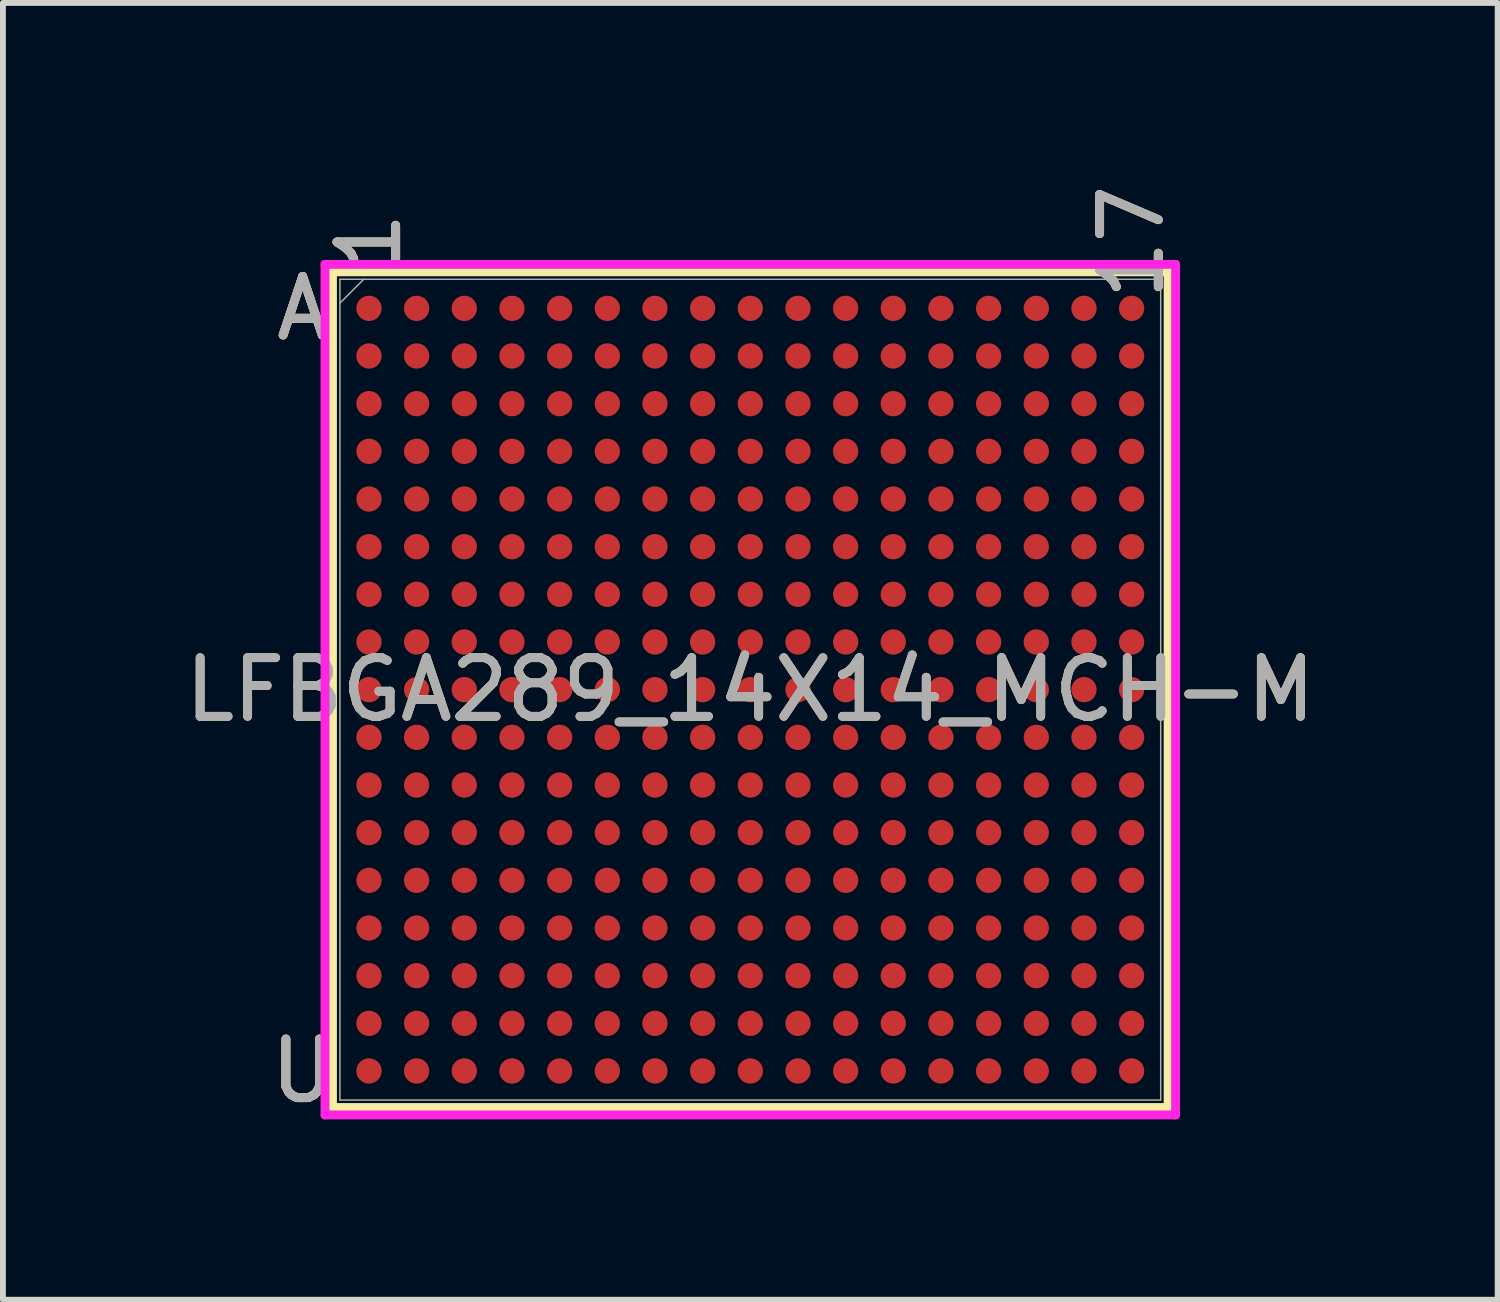
<source format=kicad_pcb>
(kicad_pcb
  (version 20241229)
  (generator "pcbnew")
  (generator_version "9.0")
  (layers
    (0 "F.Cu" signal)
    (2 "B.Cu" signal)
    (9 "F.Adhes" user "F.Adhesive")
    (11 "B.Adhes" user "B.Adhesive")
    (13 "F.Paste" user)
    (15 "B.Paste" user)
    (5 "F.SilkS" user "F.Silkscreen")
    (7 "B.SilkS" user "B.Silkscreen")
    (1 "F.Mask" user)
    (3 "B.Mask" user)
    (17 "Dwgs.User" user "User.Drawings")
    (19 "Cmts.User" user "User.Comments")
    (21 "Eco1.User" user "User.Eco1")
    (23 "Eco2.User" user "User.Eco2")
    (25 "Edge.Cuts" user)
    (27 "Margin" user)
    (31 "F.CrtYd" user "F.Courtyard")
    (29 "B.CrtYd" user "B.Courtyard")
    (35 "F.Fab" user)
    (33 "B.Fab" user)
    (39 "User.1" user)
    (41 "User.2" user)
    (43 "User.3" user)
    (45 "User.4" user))
  (footprint "LFBGA289_14X14_MCH-M"
    (layer "F.Cu")
    (at 9.744 8.71)
    (property "Reference" "LFBGA289_14X14_MCH-M" (at 0 0 0) (unlocked yes) (layer "F.SilkS") (effects (font (size 1 1) (thickness 0.15))))
    (attr smd)
    (fp_line (start -7.125 -7.125) (end -7.125 7.125) (stroke (width 0.152) (type solid)) (layer "F.SilkS"))
    (fp_line (start -7.125 7.125) (end 7.125 7.125) (stroke (width 0.152) (type solid)) (layer "F.SilkS"))
    (fp_line (start 7.125 -7.125) (end -7.125 -7.125) (stroke (width 0.152) (type solid)) (layer "F.SilkS"))
    (fp_line (start 7.125 7.125) (end 7.125 -7.125) (stroke (width 0.152) (type solid)) (layer "F.SilkS"))
    (fp_poly (pts (xy -7.353 -7.353) (xy 7.353 -7.353) (xy 7.353 7.353) (xy -7.353 7.353)) (stroke (width 0.1) (type solid)) (fill no) (layer "Eco2.User"))
    (fp_line (start -7.252 -7.252) (end 7.252 -7.252) (stroke (width 0.152) (type solid)) (layer "F.CrtYd"))
    (fp_line (start -7.252 7.252) (end -7.252 -7.252) (stroke (width 0.152) (type solid)) (layer "F.CrtYd"))
    (fp_line (start 7.252 -7.252) (end 7.252 7.252) (stroke (width 0.152) (type solid)) (layer "F.CrtYd"))
    (fp_line (start 7.252 7.252) (end -7.252 7.252) (stroke (width 0.152) (type solid)) (layer "F.CrtYd"))
    (fp_line (start -6.998 -6.998) (end -6.998 6.998) (stroke (width 0.025) (type solid)) (layer "F.Fab"))
    (fp_line (start -6.998 6.998) (end 6.998 6.998) (stroke (width 0.025) (type solid)) (layer "F.Fab"))
    (fp_line (start -6.591 -6.998) (end -6.998 -6.591) (stroke (width 0.025) (type solid)) (layer "F.Fab"))
    (fp_line (start 6.998 -6.998) (end -6.998 -6.998) (stroke (width 0.025) (type solid)) (layer "F.Fab"))
    (fp_line (start 6.998 6.998) (end 6.998 -6.998) (stroke (width 0.025) (type solid)) (layer "F.Fab"))
    (fp_text user "U" (at -7.633 6.502 0) (unlocked yes) (layer "F.SilkS") (effects (font (size 1 1) (thickness 0.15))))
    (fp_text user "1" (at -6.502 -7.633 90) (unlocked yes) (layer "F.SilkS") (effects (font (size 1 1) (thickness 0.15))))
    (fp_text user "17" (at 6.502 -7.633 90) (unlocked yes) (layer "F.SilkS") (effects (font (size 1 1) (thickness 0.15))))
    (fp_text user "A" (at -7.633 -6.502 0) (unlocked yes) (layer "F.SilkS") (effects (font (size 1 1) (thickness 0.15))))
    (fp_text user "A" (at -7.633 -6.502 0) (unlocked yes) (layer "B.SilkS") (effects (font (size 1 1) (thickness 0.15))))
    (fp_text user "U" (at -7.633 6.502 0) (unlocked yes) (layer "B.SilkS") (effects (font (size 1 1) (thickness 0.15))))
    (fp_text user "17" (at 6.502 -7.633 90) (unlocked yes) (layer "B.SilkS") (effects (font (size 1 1) (thickness 0.15))))
    (fp_text user "1" (at -6.502 -7.633 90) (unlocked yes) (layer "B.SilkS") (effects (font (size 1 1) (thickness 0.15))))
    (fp_text user "A" (at -7.633 -6.502 0) (unlocked yes) (layer "F.Fab") (effects (font (size 1 1) (thickness 0.15))))
    (fp_text user "1" (at -6.502 -7.633 90) (unlocked yes) (layer "F.Fab") (effects (font (size 1 1) (thickness 0.15))))
    (fp_text user "17" (at 6.502 -7.633 90) (unlocked yes) (layer "F.Fab") (effects (font (size 1 1) (thickness 0.15))))
    (fp_text user "U" (at -7.633 6.502 0) (unlocked yes) (layer "F.Fab") (effects (font (size 1 1) (thickness 0.15))))
    (fp_text user "${REFERENCE}" (at 0 0 0) (unlocked yes) (layer "F.Fab") (effects (font (size 1 1) (thickness 0.15))))
    (pad "A1" smd circle (at -6.502 -6.502) (size 0.432 0.432) (layers "F.Cu" "F.Mask" "F.Paste"))
    (pad "A2" smd circle (at -5.69 -6.502) (size 0.432 0.432) (layers "F.Cu" "F.Mask" "F.Paste"))
    (pad "A3" smd circle (at -4.877 -6.502) (size 0.432 0.432) (layers "F.Cu" "F.Mask" "F.Paste"))
    (pad "A4" smd circle (at -4.064 -6.502) (size 0.432 0.432) (layers "F.Cu" "F.Mask" "F.Paste"))
    (pad "A5" smd circle (at -3.251 -6.502) (size 0.432 0.432) (layers "F.Cu" "F.Mask" "F.Paste"))
    (pad "A6" smd circle (at -2.438 -6.502) (size 0.432 0.432) (layers "F.Cu" "F.Mask" "F.Paste"))
    (pad "A7" smd circle (at -1.626 -6.502) (size 0.432 0.432) (layers "F.Cu" "F.Mask" "F.Paste"))
    (pad "A8" smd circle (at -0.813 -6.502) (size 0.432 0.432) (layers "F.Cu" "F.Mask" "F.Paste"))
    (pad "A9" smd circle (at 0 -6.502) (size 0.432 0.432) (layers "F.Cu" "F.Mask" "F.Paste"))
    (pad "A10" smd circle (at 0.813 -6.502) (size 0.432 0.432) (layers "F.Cu" "F.Mask" "F.Paste"))
    (pad "A11" smd circle (at 1.626 -6.502) (size 0.432 0.432) (layers "F.Cu" "F.Mask" "F.Paste"))
    (pad "A12" smd circle (at 2.438 -6.502) (size 0.432 0.432) (layers "F.Cu" "F.Mask" "F.Paste"))
    (pad "A13" smd circle (at 3.251 -6.502) (size 0.432 0.432) (layers "F.Cu" "F.Mask" "F.Paste"))
    (pad "A14" smd circle (at 4.064 -6.502) (size 0.432 0.432) (layers "F.Cu" "F.Mask" "F.Paste"))
    (pad "A15" smd circle (at 4.877 -6.502) (size 0.432 0.432) (layers "F.Cu" "F.Mask" "F.Paste"))
    (pad "A16" smd circle (at 5.69 -6.502) (size 0.432 0.432) (layers "F.Cu" "F.Mask" "F.Paste"))
    (pad "A17" smd circle (at 6.502 -6.502) (size 0.432 0.432) (layers "F.Cu" "F.Mask" "F.Paste"))
    (pad "B1" smd circle (at -6.502 -5.69) (size 0.432 0.432) (layers "F.Cu" "F.Mask" "F.Paste"))
    (pad "B2" smd circle (at -5.69 -5.69) (size 0.432 0.432) (layers "F.Cu" "F.Mask" "F.Paste"))
    (pad "B3" smd circle (at -4.877 -5.69) (size 0.432 0.432) (layers "F.Cu" "F.Mask" "F.Paste"))
    (pad "B4" smd circle (at -4.064 -5.69) (size 0.432 0.432) (layers "F.Cu" "F.Mask" "F.Paste"))
    (pad "B5" smd circle (at -3.251 -5.69) (size 0.432 0.432) (layers "F.Cu" "F.Mask" "F.Paste"))
    (pad "B6" smd circle (at -2.438 -5.69) (size 0.432 0.432) (layers "F.Cu" "F.Mask" "F.Paste"))
    (pad "B7" smd circle (at -1.626 -5.69) (size 0.432 0.432) (layers "F.Cu" "F.Mask" "F.Paste"))
    (pad "B8" smd circle (at -0.813 -5.69) (size 0.432 0.432) (layers "F.Cu" "F.Mask" "F.Paste"))
    (pad "B9" smd circle (at 0 -5.69) (size 0.432 0.432) (layers "F.Cu" "F.Mask" "F.Paste"))
    (pad "B10" smd circle (at 0.813 -5.69) (size 0.432 0.432) (layers "F.Cu" "F.Mask" "F.Paste"))
    (pad "B11" smd circle (at 1.626 -5.69) (size 0.432 0.432) (layers "F.Cu" "F.Mask" "F.Paste"))
    (pad "B12" smd circle (at 2.438 -5.69) (size 0.432 0.432) (layers "F.Cu" "F.Mask" "F.Paste"))
    (pad "B13" smd circle (at 3.251 -5.69) (size 0.432 0.432) (layers "F.Cu" "F.Mask" "F.Paste"))
    (pad "B14" smd circle (at 4.064 -5.69) (size 0.432 0.432) (layers "F.Cu" "F.Mask" "F.Paste"))
    (pad "B15" smd circle (at 4.877 -5.69) (size 0.432 0.432) (layers "F.Cu" "F.Mask" "F.Paste"))
    (pad "B16" smd circle (at 5.69 -5.69) (size 0.432 0.432) (layers "F.Cu" "F.Mask" "F.Paste"))
    (pad "B17" smd circle (at 6.502 -5.69) (size 0.432 0.432) (layers "F.Cu" "F.Mask" "F.Paste"))
    (pad "C1" smd circle (at -6.502 -4.877) (size 0.432 0.432) (layers "F.Cu" "F.Mask" "F.Paste"))
    (pad "C2" smd circle (at -5.69 -4.877) (size 0.432 0.432) (layers "F.Cu" "F.Mask" "F.Paste"))
    (pad "C3" smd circle (at -4.877 -4.877) (size 0.432 0.432) (layers "F.Cu" "F.Mask" "F.Paste"))
    (pad "C4" smd circle (at -4.064 -4.877) (size 0.432 0.432) (layers "F.Cu" "F.Mask" "F.Paste"))
    (pad "C5" smd circle (at -3.251 -4.877) (size 0.432 0.432) (layers "F.Cu" "F.Mask" "F.Paste"))
    (pad "C6" smd circle (at -2.438 -4.877) (size 0.432 0.432) (layers "F.Cu" "F.Mask" "F.Paste"))
    (pad "C7" smd circle (at -1.626 -4.877) (size 0.432 0.432) (layers "F.Cu" "F.Mask" "F.Paste"))
    (pad "C8" smd circle (at -0.813 -4.877) (size 0.432 0.432) (layers "F.Cu" "F.Mask" "F.Paste"))
    (pad "C9" smd circle (at 0 -4.877) (size 0.432 0.432) (layers "F.Cu" "F.Mask" "F.Paste"))
    (pad "C10" smd circle (at 0.813 -4.877) (size 0.432 0.432) (layers "F.Cu" "F.Mask" "F.Paste"))
    (pad "C11" smd circle (at 1.626 -4.877) (size 0.432 0.432) (layers "F.Cu" "F.Mask" "F.Paste"))
    (pad "C12" smd circle (at 2.438 -4.877) (size 0.432 0.432) (layers "F.Cu" "F.Mask" "F.Paste"))
    (pad "C13" smd circle (at 3.251 -4.877) (size 0.432 0.432) (layers "F.Cu" "F.Mask" "F.Paste"))
    (pad "C14" smd circle (at 4.064 -4.877) (size 0.432 0.432) (layers "F.Cu" "F.Mask" "F.Paste"))
    (pad "C15" smd circle (at 4.877 -4.877) (size 0.432 0.432) (layers "F.Cu" "F.Mask" "F.Paste"))
    (pad "C16" smd circle (at 5.69 -4.877) (size 0.432 0.432) (layers "F.Cu" "F.Mask" "F.Paste"))
    (pad "C17" smd circle (at 6.502 -4.877) (size 0.432 0.432) (layers "F.Cu" "F.Mask" "F.Paste"))
    (pad "D1" smd circle (at -6.502 -4.064) (size 0.432 0.432) (layers "F.Cu" "F.Mask" "F.Paste"))
    (pad "D2" smd circle (at -5.69 -4.064) (size 0.432 0.432) (layers "F.Cu" "F.Mask" "F.Paste"))
    (pad "D3" smd circle (at -4.877 -4.064) (size 0.432 0.432) (layers "F.Cu" "F.Mask" "F.Paste"))
    (pad "D4" smd circle (at -4.064 -4.064) (size 0.432 0.432) (layers "F.Cu" "F.Mask" "F.Paste"))
    (pad "D5" smd circle (at -3.251 -4.064) (size 0.432 0.432) (layers "F.Cu" "F.Mask" "F.Paste"))
    (pad "D6" smd circle (at -2.438 -4.064) (size 0.432 0.432) (layers "F.Cu" "F.Mask" "F.Paste"))
    (pad "D7" smd circle (at -1.626 -4.064) (size 0.432 0.432) (layers "F.Cu" "F.Mask" "F.Paste"))
    (pad "D8" smd circle (at -0.813 -4.064) (size 0.432 0.432) (layers "F.Cu" "F.Mask" "F.Paste"))
    (pad "D9" smd circle (at 0 -4.064) (size 0.432 0.432) (layers "F.Cu" "F.Mask" "F.Paste"))
    (pad "D10" smd circle (at 0.813 -4.064) (size 0.432 0.432) (layers "F.Cu" "F.Mask" "F.Paste"))
    (pad "D11" smd circle (at 1.626 -4.064) (size 0.432 0.432) (layers "F.Cu" "F.Mask" "F.Paste"))
    (pad "D12" smd circle (at 2.438 -4.064) (size 0.432 0.432) (layers "F.Cu" "F.Mask" "F.Paste"))
    (pad "D13" smd circle (at 3.251 -4.064) (size 0.432 0.432) (layers "F.Cu" "F.Mask" "F.Paste"))
    (pad "D14" smd circle (at 4.064 -4.064) (size 0.432 0.432) (layers "F.Cu" "F.Mask" "F.Paste"))
    (pad "D15" smd circle (at 4.877 -4.064) (size 0.432 0.432) (layers "F.Cu" "F.Mask" "F.Paste"))
    (pad "D16" smd circle (at 5.69 -4.064) (size 0.432 0.432) (layers "F.Cu" "F.Mask" "F.Paste"))
    (pad "D17" smd circle (at 6.502 -4.064) (size 0.432 0.432) (layers "F.Cu" "F.Mask" "F.Paste"))
    (pad "E1" smd circle (at -6.502 -3.251) (size 0.432 0.432) (layers "F.Cu" "F.Mask" "F.Paste"))
    (pad "E2" smd circle (at -5.69 -3.251) (size 0.432 0.432) (layers "F.Cu" "F.Mask" "F.Paste"))
    (pad "E3" smd circle (at -4.877 -3.251) (size 0.432 0.432) (layers "F.Cu" "F.Mask" "F.Paste"))
    (pad "E4" smd circle (at -4.064 -3.251) (size 0.432 0.432) (layers "F.Cu" "F.Mask" "F.Paste"))
    (pad "E5" smd circle (at -3.251 -3.251) (size 0.432 0.432) (layers "F.Cu" "F.Mask" "F.Paste"))
    (pad "E6" smd circle (at -2.438 -3.251) (size 0.432 0.432) (layers "F.Cu" "F.Mask" "F.Paste"))
    (pad "E7" smd circle (at -1.626 -3.251) (size 0.432 0.432) (layers "F.Cu" "F.Mask" "F.Paste"))
    (pad "E8" smd circle (at -0.813 -3.251) (size 0.432 0.432) (layers "F.Cu" "F.Mask" "F.Paste"))
    (pad "E9" smd circle (at 0 -3.251) (size 0.432 0.432) (layers "F.Cu" "F.Mask" "F.Paste"))
    (pad "E10" smd circle (at 0.813 -3.251) (size 0.432 0.432) (layers "F.Cu" "F.Mask" "F.Paste"))
    (pad "E11" smd circle (at 1.626 -3.251) (size 0.432 0.432) (layers "F.Cu" "F.Mask" "F.Paste"))
    (pad "E12" smd circle (at 2.438 -3.251) (size 0.432 0.432) (layers "F.Cu" "F.Mask" "F.Paste"))
    (pad "E13" smd circle (at 3.251 -3.251) (size 0.432 0.432) (layers "F.Cu" "F.Mask" "F.Paste"))
    (pad "E14" smd circle (at 4.064 -3.251) (size 0.432 0.432) (layers "F.Cu" "F.Mask" "F.Paste"))
    (pad "E15" smd circle (at 4.877 -3.251) (size 0.432 0.432) (layers "F.Cu" "F.Mask" "F.Paste"))
    (pad "E16" smd circle (at 5.69 -3.251) (size 0.432 0.432) (layers "F.Cu" "F.Mask" "F.Paste"))
    (pad "E17" smd circle (at 6.502 -3.251) (size 0.432 0.432) (layers "F.Cu" "F.Mask" "F.Paste"))
    (pad "F1" smd circle (at -6.502 -2.438) (size 0.432 0.432) (layers "F.Cu" "F.Mask" "F.Paste"))
    (pad "F2" smd circle (at -5.69 -2.438) (size 0.432 0.432) (layers "F.Cu" "F.Mask" "F.Paste"))
    (pad "F3" smd circle (at -4.877 -2.438) (size 0.432 0.432) (layers "F.Cu" "F.Mask" "F.Paste"))
    (pad "F4" smd circle (at -4.064 -2.438) (size 0.432 0.432) (layers "F.Cu" "F.Mask" "F.Paste"))
    (pad "F5" smd circle (at -3.251 -2.438) (size 0.432 0.432) (layers "F.Cu" "F.Mask" "F.Paste"))
    (pad "F6" smd circle (at -2.438 -2.438) (size 0.432 0.432) (layers "F.Cu" "F.Mask" "F.Paste"))
    (pad "F7" smd circle (at -1.626 -2.438) (size 0.432 0.432) (layers "F.Cu" "F.Mask" "F.Paste"))
    (pad "F8" smd circle (at -0.813 -2.438) (size 0.432 0.432) (layers "F.Cu" "F.Mask" "F.Paste"))
    (pad "F9" smd circle (at 0 -2.438) (size 0.432 0.432) (layers "F.Cu" "F.Mask" "F.Paste"))
    (pad "F10" smd circle (at 0.813 -2.438) (size 0.432 0.432) (layers "F.Cu" "F.Mask" "F.Paste"))
    (pad "F11" smd circle (at 1.626 -2.438) (size 0.432 0.432) (layers "F.Cu" "F.Mask" "F.Paste"))
    (pad "F12" smd circle (at 2.438 -2.438) (size 0.432 0.432) (layers "F.Cu" "F.Mask" "F.Paste"))
    (pad "F13" smd circle (at 3.251 -2.438) (size 0.432 0.432) (layers "F.Cu" "F.Mask" "F.Paste"))
    (pad "F14" smd circle (at 4.064 -2.438) (size 0.432 0.432) (layers "F.Cu" "F.Mask" "F.Paste"))
    (pad "F15" smd circle (at 4.877 -2.438) (size 0.432 0.432) (layers "F.Cu" "F.Mask" "F.Paste"))
    (pad "F16" smd circle (at 5.69 -2.438) (size 0.432 0.432) (layers "F.Cu" "F.Mask" "F.Paste"))
    (pad "F17" smd circle (at 6.502 -2.438) (size 0.432 0.432) (layers "F.Cu" "F.Mask" "F.Paste"))
    (pad "G1" smd circle (at -6.502 -1.626) (size 0.432 0.432) (layers "F.Cu" "F.Mask" "F.Paste"))
    (pad "G2" smd circle (at -5.69 -1.626) (size 0.432 0.432) (layers "F.Cu" "F.Mask" "F.Paste"))
    (pad "G3" smd circle (at -4.877 -1.626) (size 0.432 0.432) (layers "F.Cu" "F.Mask" "F.Paste"))
    (pad "G4" smd circle (at -4.064 -1.626) (size 0.432 0.432) (layers "F.Cu" "F.Mask" "F.Paste"))
    (pad "G5" smd circle (at -3.251 -1.626) (size 0.432 0.432) (layers "F.Cu" "F.Mask" "F.Paste"))
    (pad "G6" smd circle (at -2.438 -1.626) (size 0.432 0.432) (layers "F.Cu" "F.Mask" "F.Paste"))
    (pad "G7" smd circle (at -1.626 -1.626) (size 0.432 0.432) (layers "F.Cu" "F.Mask" "F.Paste"))
    (pad "G8" smd circle (at -0.813 -1.626) (size 0.432 0.432) (layers "F.Cu" "F.Mask" "F.Paste"))
    (pad "G9" smd circle (at 0 -1.626) (size 0.432 0.432) (layers "F.Cu" "F.Mask" "F.Paste"))
    (pad "G10" smd circle (at 0.813 -1.626) (size 0.432 0.432) (layers "F.Cu" "F.Mask" "F.Paste"))
    (pad "G11" smd circle (at 1.626 -1.626) (size 0.432 0.432) (layers "F.Cu" "F.Mask" "F.Paste"))
    (pad "G12" smd circle (at 2.438 -1.626) (size 0.432 0.432) (layers "F.Cu" "F.Mask" "F.Paste"))
    (pad "G13" smd circle (at 3.251 -1.626) (size 0.432 0.432) (layers "F.Cu" "F.Mask" "F.Paste"))
    (pad "G14" smd circle (at 4.064 -1.626) (size 0.432 0.432) (layers "F.Cu" "F.Mask" "F.Paste"))
    (pad "G15" smd circle (at 4.877 -1.626) (size 0.432 0.432) (layers "F.Cu" "F.Mask" "F.Paste"))
    (pad "G16" smd circle (at 5.69 -1.626) (size 0.432 0.432) (layers "F.Cu" "F.Mask" "F.Paste"))
    (pad "G17" smd circle (at 6.502 -1.626) (size 0.432 0.432) (layers "F.Cu" "F.Mask" "F.Paste"))
    (pad "H1" smd circle (at -6.502 -0.813) (size 0.432 0.432) (layers "F.Cu" "F.Mask" "F.Paste"))
    (pad "H2" smd circle (at -5.69 -0.813) (size 0.432 0.432) (layers "F.Cu" "F.Mask" "F.Paste"))
    (pad "H3" smd circle (at -4.877 -0.813) (size 0.432 0.432) (layers "F.Cu" "F.Mask" "F.Paste"))
    (pad "H4" smd circle (at -4.064 -0.813) (size 0.432 0.432) (layers "F.Cu" "F.Mask" "F.Paste"))
    (pad "H5" smd circle (at -3.251 -0.813) (size 0.432 0.432) (layers "F.Cu" "F.Mask" "F.Paste"))
    (pad "H6" smd circle (at -2.438 -0.813) (size 0.432 0.432) (layers "F.Cu" "F.Mask" "F.Paste"))
    (pad "H7" smd circle (at -1.626 -0.813) (size 0.432 0.432) (layers "F.Cu" "F.Mask" "F.Paste"))
    (pad "H8" smd circle (at -0.813 -0.813) (size 0.432 0.432) (layers "F.Cu" "F.Mask" "F.Paste"))
    (pad "H9" smd circle (at 0 -0.813) (size 0.432 0.432) (layers "F.Cu" "F.Mask" "F.Paste"))
    (pad "H10" smd circle (at 0.813 -0.813) (size 0.432 0.432) (layers "F.Cu" "F.Mask" "F.Paste"))
    (pad "H11" smd circle (at 1.626 -0.813) (size 0.432 0.432) (layers "F.Cu" "F.Mask" "F.Paste"))
    (pad "H12" smd circle (at 2.438 -0.813) (size 0.432 0.432) (layers "F.Cu" "F.Mask" "F.Paste"))
    (pad "H13" smd circle (at 3.251 -0.813) (size 0.432 0.432) (layers "F.Cu" "F.Mask" "F.Paste"))
    (pad "H14" smd circle (at 4.064 -0.813) (size 0.432 0.432) (layers "F.Cu" "F.Mask" "F.Paste"))
    (pad "H15" smd circle (at 4.877 -0.813) (size 0.432 0.432) (layers "F.Cu" "F.Mask" "F.Paste"))
    (pad "H16" smd circle (at 5.69 -0.813) (size 0.432 0.432) (layers "F.Cu" "F.Mask" "F.Paste"))
    (pad "H17" smd circle (at 6.502 -0.813) (size 0.432 0.432) (layers "F.Cu" "F.Mask" "F.Paste"))
    (pad "J1" smd circle (at -6.502 0) (size 0.432 0.432) (layers "F.Cu" "F.Mask" "F.Paste"))
    (pad "J2" smd circle (at -5.69 0) (size 0.432 0.432) (layers "F.Cu" "F.Mask" "F.Paste"))
    (pad "J3" smd circle (at -4.877 0) (size 0.432 0.432) (layers "F.Cu" "F.Mask" "F.Paste"))
    (pad "J4" smd circle (at -4.064 0) (size 0.432 0.432) (layers "F.Cu" "F.Mask" "F.Paste"))
    (pad "J5" smd circle (at -3.251 0) (size 0.432 0.432) (layers "F.Cu" "F.Mask" "F.Paste"))
    (pad "J6" smd circle (at -2.438 0) (size 0.432 0.432) (layers "F.Cu" "F.Mask" "F.Paste"))
    (pad "J7" smd circle (at -1.626 0) (size 0.432 0.432) (layers "F.Cu" "F.Mask" "F.Paste"))
    (pad "J8" smd circle (at -0.813 0) (size 0.432 0.432) (layers "F.Cu" "F.Mask" "F.Paste"))
    (pad "J9" smd circle (at 0 0) (size 0.432 0.432) (layers "F.Cu" "F.Mask" "F.Paste"))
    (pad "J10" smd circle (at 0.813 0) (size 0.432 0.432) (layers "F.Cu" "F.Mask" "F.Paste"))
    (pad "J11" smd circle (at 1.626 0) (size 0.432 0.432) (layers "F.Cu" "F.Mask" "F.Paste"))
    (pad "J12" smd circle (at 2.438 0) (size 0.432 0.432) (layers "F.Cu" "F.Mask" "F.Paste"))
    (pad "J13" smd circle (at 3.251 0) (size 0.432 0.432) (layers "F.Cu" "F.Mask" "F.Paste"))
    (pad "J14" smd circle (at 4.064 0) (size 0.432 0.432) (layers "F.Cu" "F.Mask" "F.Paste"))
    (pad "J15" smd circle (at 4.877 0) (size 0.432 0.432) (layers "F.Cu" "F.Mask" "F.Paste"))
    (pad "J16" smd circle (at 5.69 0) (size 0.432 0.432) (layers "F.Cu" "F.Mask" "F.Paste"))
    (pad "J17" smd circle (at 6.502 0) (size 0.432 0.432) (layers "F.Cu" "F.Mask" "F.Paste"))
    (pad "K1" smd circle (at -6.502 0.813) (size 0.432 0.432) (layers "F.Cu" "F.Mask" "F.Paste"))
    (pad "K2" smd circle (at -5.69 0.813) (size 0.432 0.432) (layers "F.Cu" "F.Mask" "F.Paste"))
    (pad "K3" smd circle (at -4.877 0.813) (size 0.432 0.432) (layers "F.Cu" "F.Mask" "F.Paste"))
    (pad "K4" smd circle (at -4.064 0.813) (size 0.432 0.432) (layers "F.Cu" "F.Mask" "F.Paste"))
    (pad "K5" smd circle (at -3.251 0.813) (size 0.432 0.432) (layers "F.Cu" "F.Mask" "F.Paste"))
    (pad "K6" smd circle (at -2.438 0.813) (size 0.432 0.432) (layers "F.Cu" "F.Mask" "F.Paste"))
    (pad "K7" smd circle (at -1.626 0.813) (size 0.432 0.432) (layers "F.Cu" "F.Mask" "F.Paste"))
    (pad "K8" smd circle (at -0.813 0.813) (size 0.432 0.432) (layers "F.Cu" "F.Mask" "F.Paste"))
    (pad "K9" smd circle (at 0 0.813) (size 0.432 0.432) (layers "F.Cu" "F.Mask" "F.Paste"))
    (pad "K10" smd circle (at 0.813 0.813) (size 0.432 0.432) (layers "F.Cu" "F.Mask" "F.Paste"))
    (pad "K11" smd circle (at 1.626 0.813) (size 0.432 0.432) (layers "F.Cu" "F.Mask" "F.Paste"))
    (pad "K12" smd circle (at 2.438 0.813) (size 0.432 0.432) (layers "F.Cu" "F.Mask" "F.Paste"))
    (pad "K13" smd circle (at 3.251 0.813) (size 0.432 0.432) (layers "F.Cu" "F.Mask" "F.Paste"))
    (pad "K14" smd circle (at 4.064 0.813) (size 0.432 0.432) (layers "F.Cu" "F.Mask" "F.Paste"))
    (pad "K15" smd circle (at 4.877 0.813) (size 0.432 0.432) (layers "F.Cu" "F.Mask" "F.Paste"))
    (pad "K16" smd circle (at 5.69 0.813) (size 0.432 0.432) (layers "F.Cu" "F.Mask" "F.Paste"))
    (pad "K17" smd circle (at 6.502 0.813) (size 0.432 0.432) (layers "F.Cu" "F.Mask" "F.Paste"))
    (pad "L1" smd circle (at -6.502 1.626) (size 0.432 0.432) (layers "F.Cu" "F.Mask" "F.Paste"))
    (pad "L2" smd circle (at -5.69 1.626) (size 0.432 0.432) (layers "F.Cu" "F.Mask" "F.Paste"))
    (pad "L3" smd circle (at -4.877 1.626) (size 0.432 0.432) (layers "F.Cu" "F.Mask" "F.Paste"))
    (pad "L4" smd circle (at -4.064 1.626) (size 0.432 0.432) (layers "F.Cu" "F.Mask" "F.Paste"))
    (pad "L5" smd circle (at -3.251 1.626) (size 0.432 0.432) (layers "F.Cu" "F.Mask" "F.Paste"))
    (pad "L6" smd circle (at -2.438 1.626) (size 0.432 0.432) (layers "F.Cu" "F.Mask" "F.Paste"))
    (pad "L7" smd circle (at -1.626 1.626) (size 0.432 0.432) (layers "F.Cu" "F.Mask" "F.Paste"))
    (pad "L8" smd circle (at -0.813 1.626) (size 0.432 0.432) (layers "F.Cu" "F.Mask" "F.Paste"))
    (pad "L9" smd circle (at 0 1.626) (size 0.432 0.432) (layers "F.Cu" "F.Mask" "F.Paste"))
    (pad "L10" smd circle (at 0.813 1.626) (size 0.432 0.432) (layers "F.Cu" "F.Mask" "F.Paste"))
    (pad "L11" smd circle (at 1.626 1.626) (size 0.432 0.432) (layers "F.Cu" "F.Mask" "F.Paste"))
    (pad "L12" smd circle (at 2.438 1.626) (size 0.432 0.432) (layers "F.Cu" "F.Mask" "F.Paste"))
    (pad "L13" smd circle (at 3.251 1.626) (size 0.432 0.432) (layers "F.Cu" "F.Mask" "F.Paste"))
    (pad "L14" smd circle (at 4.064 1.626) (size 0.432 0.432) (layers "F.Cu" "F.Mask" "F.Paste"))
    (pad "L15" smd circle (at 4.877 1.626) (size 0.432 0.432) (layers "F.Cu" "F.Mask" "F.Paste"))
    (pad "L16" smd circle (at 5.69 1.626) (size 0.432 0.432) (layers "F.Cu" "F.Mask" "F.Paste"))
    (pad "L17" smd circle (at 6.502 1.626) (size 0.432 0.432) (layers "F.Cu" "F.Mask" "F.Paste"))
    (pad "M1" smd circle (at -6.502 2.438) (size 0.432 0.432) (layers "F.Cu" "F.Mask" "F.Paste"))
    (pad "M2" smd circle (at -5.69 2.438) (size 0.432 0.432) (layers "F.Cu" "F.Mask" "F.Paste"))
    (pad "M3" smd circle (at -4.877 2.438) (size 0.432 0.432) (layers "F.Cu" "F.Mask" "F.Paste"))
    (pad "M4" smd circle (at -4.064 2.438) (size 0.432 0.432) (layers "F.Cu" "F.Mask" "F.Paste"))
    (pad "M5" smd circle (at -3.251 2.438) (size 0.432 0.432) (layers "F.Cu" "F.Mask" "F.Paste"))
    (pad "M6" smd circle (at -2.438 2.438) (size 0.432 0.432) (layers "F.Cu" "F.Mask" "F.Paste"))
    (pad "M7" smd circle (at -1.626 2.438) (size 0.432 0.432) (layers "F.Cu" "F.Mask" "F.Paste"))
    (pad "M8" smd circle (at -0.813 2.438) (size 0.432 0.432) (layers "F.Cu" "F.Mask" "F.Paste"))
    (pad "M9" smd circle (at 0 2.438) (size 0.432 0.432) (layers "F.Cu" "F.Mask" "F.Paste"))
    (pad "M10" smd circle (at 0.813 2.438) (size 0.432 0.432) (layers "F.Cu" "F.Mask" "F.Paste"))
    (pad "M11" smd circle (at 1.626 2.438) (size 0.432 0.432) (layers "F.Cu" "F.Mask" "F.Paste"))
    (pad "M12" smd circle (at 2.438 2.438) (size 0.432 0.432) (layers "F.Cu" "F.Mask" "F.Paste"))
    (pad "M13" smd circle (at 3.251 2.438) (size 0.432 0.432) (layers "F.Cu" "F.Mask" "F.Paste"))
    (pad "M14" smd circle (at 4.064 2.438) (size 0.432 0.432) (layers "F.Cu" "F.Mask" "F.Paste"))
    (pad "M15" smd circle (at 4.877 2.438) (size 0.432 0.432) (layers "F.Cu" "F.Mask" "F.Paste"))
    (pad "M16" smd circle (at 5.69 2.438) (size 0.432 0.432) (layers "F.Cu" "F.Mask" "F.Paste"))
    (pad "M17" smd circle (at 6.502 2.438) (size 0.432 0.432) (layers "F.Cu" "F.Mask" "F.Paste"))
    (pad "N1" smd circle (at -6.502 3.251) (size 0.432 0.432) (layers "F.Cu" "F.Mask" "F.Paste"))
    (pad "N2" smd circle (at -5.69 3.251) (size 0.432 0.432) (layers "F.Cu" "F.Mask" "F.Paste"))
    (pad "N3" smd circle (at -4.877 3.251) (size 0.432 0.432) (layers "F.Cu" "F.Mask" "F.Paste"))
    (pad "N4" smd circle (at -4.064 3.251) (size 0.432 0.432) (layers "F.Cu" "F.Mask" "F.Paste"))
    (pad "N5" smd circle (at -3.251 3.251) (size 0.432 0.432) (layers "F.Cu" "F.Mask" "F.Paste"))
    (pad "N6" smd circle (at -2.438 3.251) (size 0.432 0.432) (layers "F.Cu" "F.Mask" "F.Paste"))
    (pad "N7" smd circle (at -1.626 3.251) (size 0.432 0.432) (layers "F.Cu" "F.Mask" "F.Paste"))
    (pad "N8" smd circle (at -0.813 3.251) (size 0.432 0.432) (layers "F.Cu" "F.Mask" "F.Paste"))
    (pad "N9" smd circle (at 0 3.251) (size 0.432 0.432) (layers "F.Cu" "F.Mask" "F.Paste"))
    (pad "N10" smd circle (at 0.813 3.251) (size 0.432 0.432) (layers "F.Cu" "F.Mask" "F.Paste"))
    (pad "N11" smd circle (at 1.626 3.251) (size 0.432 0.432) (layers "F.Cu" "F.Mask" "F.Paste"))
    (pad "N12" smd circle (at 2.438 3.251) (size 0.432 0.432) (layers "F.Cu" "F.Mask" "F.Paste"))
    (pad "N13" smd circle (at 3.251 3.251) (size 0.432 0.432) (layers "F.Cu" "F.Mask" "F.Paste"))
    (pad "N14" smd circle (at 4.064 3.251) (size 0.432 0.432) (layers "F.Cu" "F.Mask" "F.Paste"))
    (pad "N15" smd circle (at 4.877 3.251) (size 0.432 0.432) (layers "F.Cu" "F.Mask" "F.Paste"))
    (pad "N16" smd circle (at 5.69 3.251) (size 0.432 0.432) (layers "F.Cu" "F.Mask" "F.Paste"))
    (pad "N17" smd circle (at 6.502 3.251) (size 0.432 0.432) (layers "F.Cu" "F.Mask" "F.Paste"))
    (pad "P1" smd circle (at -6.502 4.064) (size 0.432 0.432) (layers "F.Cu" "F.Mask" "F.Paste"))
    (pad "P2" smd circle (at -5.69 4.064) (size 0.432 0.432) (layers "F.Cu" "F.Mask" "F.Paste"))
    (pad "P3" smd circle (at -4.877 4.064) (size 0.432 0.432) (layers "F.Cu" "F.Mask" "F.Paste"))
    (pad "P4" smd circle (at -4.064 4.064) (size 0.432 0.432) (layers "F.Cu" "F.Mask" "F.Paste"))
    (pad "P5" smd circle (at -3.251 4.064) (size 0.432 0.432) (layers "F.Cu" "F.Mask" "F.Paste"))
    (pad "P6" smd circle (at -2.438 4.064) (size 0.432 0.432) (layers "F.Cu" "F.Mask" "F.Paste"))
    (pad "P7" smd circle (at -1.626 4.064) (size 0.432 0.432) (layers "F.Cu" "F.Mask" "F.Paste"))
    (pad "P8" smd circle (at -0.813 4.064) (size 0.432 0.432) (layers "F.Cu" "F.Mask" "F.Paste"))
    (pad "P9" smd circle (at 0 4.064) (size 0.432 0.432) (layers "F.Cu" "F.Mask" "F.Paste"))
    (pad "P10" smd circle (at 0.813 4.064) (size 0.432 0.432) (layers "F.Cu" "F.Mask" "F.Paste"))
    (pad "P11" smd circle (at 1.626 4.064) (size 0.432 0.432) (layers "F.Cu" "F.Mask" "F.Paste"))
    (pad "P12" smd circle (at 2.438 4.064) (size 0.432 0.432) (layers "F.Cu" "F.Mask" "F.Paste"))
    (pad "P13" smd circle (at 3.251 4.064) (size 0.432 0.432) (layers "F.Cu" "F.Mask" "F.Paste"))
    (pad "P14" smd circle (at 4.064 4.064) (size 0.432 0.432) (layers "F.Cu" "F.Mask" "F.Paste"))
    (pad "P15" smd circle (at 4.877 4.064) (size 0.432 0.432) (layers "F.Cu" "F.Mask" "F.Paste"))
    (pad "P16" smd circle (at 5.69 4.064) (size 0.432 0.432) (layers "F.Cu" "F.Mask" "F.Paste"))
    (pad "P17" smd circle (at 6.502 4.064) (size 0.432 0.432) (layers "F.Cu" "F.Mask" "F.Paste"))
    (pad "R1" smd circle (at -6.502 4.877) (size 0.432 0.432) (layers "F.Cu" "F.Mask" "F.Paste"))
    (pad "R2" smd circle (at -5.69 4.877) (size 0.432 0.432) (layers "F.Cu" "F.Mask" "F.Paste"))
    (pad "R3" smd circle (at -4.877 4.877) (size 0.432 0.432) (layers "F.Cu" "F.Mask" "F.Paste"))
    (pad "R4" smd circle (at -4.064 4.877) (size 0.432 0.432) (layers "F.Cu" "F.Mask" "F.Paste"))
    (pad "R5" smd circle (at -3.251 4.877) (size 0.432 0.432) (layers "F.Cu" "F.Mask" "F.Paste"))
    (pad "R6" smd circle (at -2.438 4.877) (size 0.432 0.432) (layers "F.Cu" "F.Mask" "F.Paste"))
    (pad "R7" smd circle (at -1.626 4.877) (size 0.432 0.432) (layers "F.Cu" "F.Mask" "F.Paste"))
    (pad "R8" smd circle (at -0.813 4.877) (size 0.432 0.432) (layers "F.Cu" "F.Mask" "F.Paste"))
    (pad "R9" smd circle (at 0 4.877) (size 0.432 0.432) (layers "F.Cu" "F.Mask" "F.Paste"))
    (pad "R10" smd circle (at 0.813 4.877) (size 0.432 0.432) (layers "F.Cu" "F.Mask" "F.Paste"))
    (pad "R11" smd circle (at 1.626 4.877) (size 0.432 0.432) (layers "F.Cu" "F.Mask" "F.Paste"))
    (pad "R12" smd circle (at 2.438 4.877) (size 0.432 0.432) (layers "F.Cu" "F.Mask" "F.Paste"))
    (pad "R13" smd circle (at 3.251 4.877) (size 0.432 0.432) (layers "F.Cu" "F.Mask" "F.Paste"))
    (pad "R14" smd circle (at 4.064 4.877) (size 0.432 0.432) (layers "F.Cu" "F.Mask" "F.Paste"))
    (pad "R15" smd circle (at 4.877 4.877) (size 0.432 0.432) (layers "F.Cu" "F.Mask" "F.Paste"))
    (pad "R16" smd circle (at 5.69 4.877) (size 0.432 0.432) (layers "F.Cu" "F.Mask" "F.Paste"))
    (pad "R17" smd circle (at 6.502 4.877) (size 0.432 0.432) (layers "F.Cu" "F.Mask" "F.Paste"))
    (pad "T1" smd circle (at -6.502 5.69) (size 0.432 0.432) (layers "F.Cu" "F.Mask" "F.Paste"))
    (pad "T2" smd circle (at -5.69 5.69) (size 0.432 0.432) (layers "F.Cu" "F.Mask" "F.Paste"))
    (pad "T3" smd circle (at -4.877 5.69) (size 0.432 0.432) (layers "F.Cu" "F.Mask" "F.Paste"))
    (pad "T4" smd circle (at -4.064 5.69) (size 0.432 0.432) (layers "F.Cu" "F.Mask" "F.Paste"))
    (pad "T5" smd circle (at -3.251 5.69) (size 0.432 0.432) (layers "F.Cu" "F.Mask" "F.Paste"))
    (pad "T6" smd circle (at -2.438 5.69) (size 0.432 0.432) (layers "F.Cu" "F.Mask" "F.Paste"))
    (pad "T7" smd circle (at -1.626 5.69) (size 0.432 0.432) (layers "F.Cu" "F.Mask" "F.Paste"))
    (pad "T8" smd circle (at -0.813 5.69) (size 0.432 0.432) (layers "F.Cu" "F.Mask" "F.Paste"))
    (pad "T9" smd circle (at 0 5.69) (size 0.432 0.432) (layers "F.Cu" "F.Mask" "F.Paste"))
    (pad "T10" smd circle (at 0.813 5.69) (size 0.432 0.432) (layers "F.Cu" "F.Mask" "F.Paste"))
    (pad "T11" smd circle (at 1.626 5.69) (size 0.432 0.432) (layers "F.Cu" "F.Mask" "F.Paste"))
    (pad "T12" smd circle (at 2.438 5.69) (size 0.432 0.432) (layers "F.Cu" "F.Mask" "F.Paste"))
    (pad "T13" smd circle (at 3.251 5.69) (size 0.432 0.432) (layers "F.Cu" "F.Mask" "F.Paste"))
    (pad "T14" smd circle (at 4.064 5.69) (size 0.432 0.432) (layers "F.Cu" "F.Mask" "F.Paste"))
    (pad "T15" smd circle (at 4.877 5.69) (size 0.432 0.432) (layers "F.Cu" "F.Mask" "F.Paste"))
    (pad "T16" smd circle (at 5.69 5.69) (size 0.432 0.432) (layers "F.Cu" "F.Mask" "F.Paste"))
    (pad "T17" smd circle (at 6.502 5.69) (size 0.432 0.432) (layers "F.Cu" "F.Mask" "F.Paste"))
    (pad "U1" smd circle (at -6.502 6.502) (size 0.432 0.432) (layers "F.Cu" "F.Mask" "F.Paste"))
    (pad "U2" smd circle (at -5.69 6.502) (size 0.432 0.432) (layers "F.Cu" "F.Mask" "F.Paste"))
    (pad "U3" smd circle (at -4.877 6.502) (size 0.432 0.432) (layers "F.Cu" "F.Mask" "F.Paste"))
    (pad "U4" smd circle (at -4.064 6.502) (size 0.432 0.432) (layers "F.Cu" "F.Mask" "F.Paste"))
    (pad "U5" smd circle (at -3.251 6.502) (size 0.432 0.432) (layers "F.Cu" "F.Mask" "F.Paste"))
    (pad "U6" smd circle (at -2.438 6.502) (size 0.432 0.432) (layers "F.Cu" "F.Mask" "F.Paste"))
    (pad "U7" smd circle (at -1.626 6.502) (size 0.432 0.432) (layers "F.Cu" "F.Mask" "F.Paste"))
    (pad "U8" smd circle (at -0.813 6.502) (size 0.432 0.432) (layers "F.Cu" "F.Mask" "F.Paste"))
    (pad "U9" smd circle (at 0 6.502) (size 0.432 0.432) (layers "F.Cu" "F.Mask" "F.Paste"))
    (pad "U10" smd circle (at 0.813 6.502) (size 0.432 0.432) (layers "F.Cu" "F.Mask" "F.Paste"))
    (pad "U11" smd circle (at 1.626 6.502) (size 0.432 0.432) (layers "F.Cu" "F.Mask" "F.Paste"))
    (pad "U12" smd circle (at 2.438 6.502) (size 0.432 0.432) (layers "F.Cu" "F.Mask" "F.Paste"))
    (pad "U13" smd circle (at 3.251 6.502) (size 0.432 0.432) (layers "F.Cu" "F.Mask" "F.Paste"))
    (pad "U14" smd circle (at 4.064 6.502) (size 0.432 0.432) (layers "F.Cu" "F.Mask" "F.Paste"))
    (pad "U15" smd circle (at 4.877 6.502) (size 0.432 0.432) (layers "F.Cu" "F.Mask" "F.Paste"))
    (pad "U16" smd circle (at 5.69 6.502) (size 0.432 0.432) (layers "F.Cu" "F.Mask" "F.Paste"))
    (pad "U17" smd circle (at 6.502 6.502) (size 0.432 0.432) (layers "F.Cu" "F.Mask" "F.Paste")))
  (gr_rect
    (start -3 -3)
    (end 22.488 19.113)
    (stroke (width 0.1) (type default))
    (fill no)
    (layer "Edge.Cuts")))
</source>
